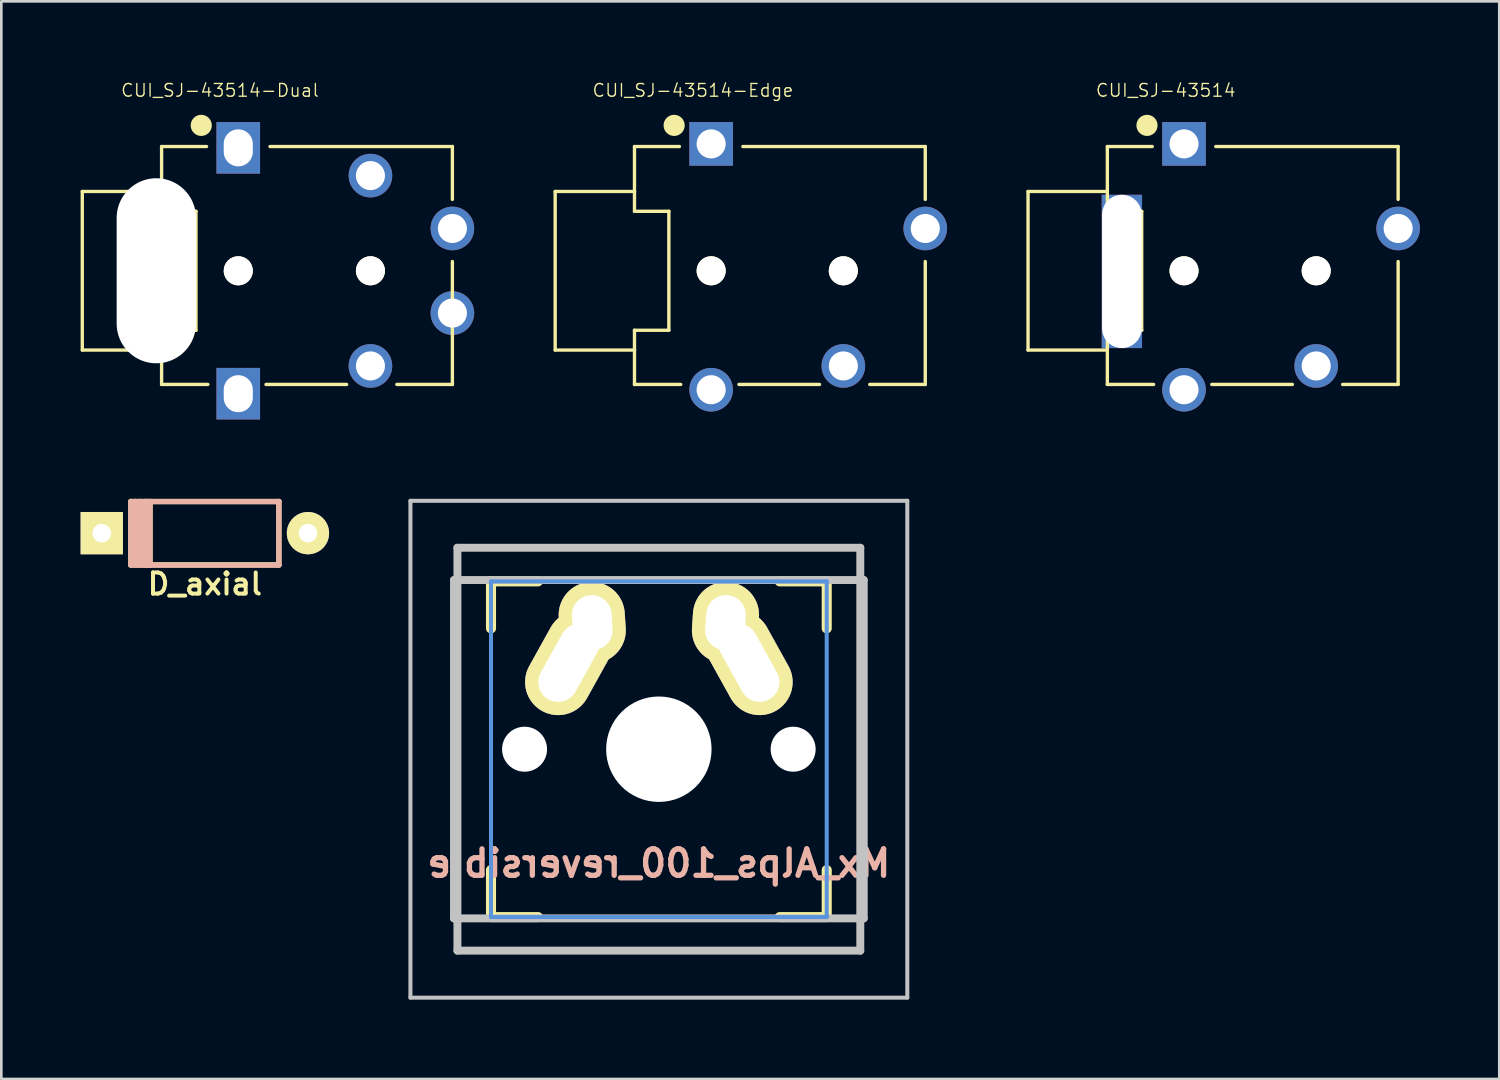
<source format=kicad_pcb>
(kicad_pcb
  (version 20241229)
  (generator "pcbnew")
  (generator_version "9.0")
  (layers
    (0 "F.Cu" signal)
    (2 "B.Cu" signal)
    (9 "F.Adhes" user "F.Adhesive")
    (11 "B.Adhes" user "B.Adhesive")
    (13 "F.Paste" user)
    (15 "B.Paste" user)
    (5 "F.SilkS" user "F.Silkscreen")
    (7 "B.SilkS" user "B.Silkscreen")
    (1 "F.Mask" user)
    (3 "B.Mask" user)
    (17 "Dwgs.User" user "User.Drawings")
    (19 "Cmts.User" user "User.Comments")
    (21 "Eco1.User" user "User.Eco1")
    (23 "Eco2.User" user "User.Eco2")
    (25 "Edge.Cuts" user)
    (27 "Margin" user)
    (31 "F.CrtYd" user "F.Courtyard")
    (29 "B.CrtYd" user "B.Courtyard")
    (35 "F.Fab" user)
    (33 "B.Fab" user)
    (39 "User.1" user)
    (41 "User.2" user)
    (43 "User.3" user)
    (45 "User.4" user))
  (footprint "CUI_SJ-43514-Dual"
    (layer "F.Cu")
    (at 8.563 7.193)
    (property "Reference" "CUI_SJ-43514-Dual" (at -3.29 -6.824 0) (layer "F.SilkS") (effects (font (size 0.481 0.481) (thickness 0.05))))
    (attr through_hole)
    (fp_line (start -8.5 -3) (end -5.5 -3) (stroke (width 0.127) (type solid)) (layer "F.SilkS"))
    (fp_line (start -8.5 3) (end -8.5 -3) (stroke (width 0.127) (type solid)) (layer "F.SilkS"))
    (fp_line (start -5.5 -4.7) (end -5.5 -3) (stroke (width 0.127) (type solid)) (layer "F.SilkS"))
    (fp_line (start -5.5 -3) (end -5.5 -2.25) (stroke (width 0.127) (type solid)) (layer "F.SilkS"))
    (fp_line (start -5.5 -2.25) (end -4.2 -2.25) (stroke (width 0.127) (type solid)) (layer "F.SilkS"))
    (fp_line (start -5.5 2.25) (end -5.5 3) (stroke (width 0.127) (type solid)) (layer "F.SilkS"))
    (fp_line (start -5.5 3) (end -8.5 3) (stroke (width 0.127) (type solid)) (layer "F.SilkS"))
    (fp_line (start -5.5 3) (end -5.5 4.3) (stroke (width 0.127) (type solid)) (layer "F.SilkS"))
    (fp_line (start -5.5 4.3) (end -3.75 4.3) (stroke (width 0.127) (type solid)) (layer "F.SilkS"))
    (fp_line (start -4.2 -2.25) (end -4.2 2.25) (stroke (width 0.127) (type solid)) (layer "F.SilkS"))
    (fp_line (start -4.2 2.25) (end -5.5 2.25) (stroke (width 0.127) (type solid)) (layer "F.SilkS"))
    (fp_line (start -3.8 -4.7) (end -5.5 -4.7) (stroke (width 0.127) (type solid)) (layer "F.SilkS"))
    (fp_line (start -1.4 -4.7) (end 5.5 -4.7) (stroke (width 0.127) (type solid)) (layer "F.SilkS"))
    (fp_line (start 1.5 4.3) (end -1.55 4.3) (stroke (width 0.127) (type solid)) (layer "F.SilkS"))
    (fp_line (start 5.5 -4.7) (end 5.5 -2.7) (stroke (width 0.127) (type solid)) (layer "F.SilkS"))
    (fp_line (start 5.5 -0.35) (end 5.5 4.3) (stroke (width 0.127) (type solid)) (layer "F.SilkS"))
    (fp_line (start 5.5 4.3) (end 3.4 4.3) (stroke (width 0.127) (type solid)) (layer "F.SilkS"))
    (fp_circle (center -4 -5.5) (end -3.8 -5.5) (stroke (width 0.4) (type solid)) (fill no) (layer "F.SilkS"))
    (pad "" np_thru_hole oval (at -5.7 0) (size 3 7) (drill oval 3 7) (layers "*.Cu" "*.Mask"))
    (pad "" np_thru_hole circle (at -2.6 0) (size 1.1 1.1) (drill 1.1) (layers "*.Cu" "*.Mask" "F.SilkS"))
    (pad "" np_thru_hole circle (at 2.4 0) (size 1.1 1.1) (drill 1.1) (layers "*.Cu" "*.Mask" "F.SilkS"))
    (pad "R1" thru_hole circle (at 5.5 -1.6) (size 1.65 1.65) (drill 1.1) (layers "*.Cu" "*.Mask"))
    (pad "R1alt" thru_hole circle (at 5.5 1.6) (size 1.65 1.65) (drill 1.1) (layers "*.Cu" "*.Mask"))
    (pad "R2" thru_hole rect (at -2.6 4.65) (size 1.65 1.95) (drill oval 1.1 1.4) (layers "*.Cu" "*.Mask"))
    (pad "S" thru_hole rect (at -2.6 -4.65) (size 1.65 1.95) (drill oval 1.1 1.4) (layers "*.Cu" "*.Mask"))
    (pad "T" thru_hole circle (at 2.4 3.6) (size 1.65 1.65) (drill 1.1) (layers "*.Cu" "*.Mask"))
    (pad "Talt" thru_hole circle (at 2.4 -3.6) (size 1.65 1.65) (drill 1.1) (layers "*.Cu" "*.Mask")))
  (footprint "CUI_SJ-43514"
    (layer "F.Cu")
    (at 44.34 7.193)
    (property "Reference" "CUI_SJ-43514" (at -3.29 -6.824 0) (layer "F.SilkS") (effects (font (size 0.481 0.481) (thickness 0.05))))
    (attr through_hole)
    (fp_line (start -8.5 -3) (end -5.5 -3) (stroke (width 0.127) (type solid)) (layer "F.SilkS"))
    (fp_line (start -8.5 3) (end -8.5 -3) (stroke (width 0.127) (type solid)) (layer "F.SilkS"))
    (fp_line (start -5.5 -4.7) (end -5.5 -3) (stroke (width 0.127) (type solid)) (layer "F.SilkS"))
    (fp_line (start -5.5 -3) (end -5.5 -2.25) (stroke (width 0.127) (type solid)) (layer "F.SilkS"))
    (fp_line (start -5.5 -2.25) (end -4.2 -2.25) (stroke (width 0.127) (type solid)) (layer "F.SilkS"))
    (fp_line (start -5.5 2.25) (end -5.5 3) (stroke (width 0.127) (type solid)) (layer "F.SilkS"))
    (fp_line (start -5.5 3) (end -8.5 3) (stroke (width 0.127) (type solid)) (layer "F.SilkS"))
    (fp_line (start -5.5 3) (end -5.5 4.3) (stroke (width 0.127) (type solid)) (layer "F.SilkS"))
    (fp_line (start -5.5 4.3) (end -3.75 4.3) (stroke (width 0.127) (type solid)) (layer "F.SilkS"))
    (fp_line (start -4.2 -2.25) (end -4.2 2.25) (stroke (width 0.127) (type solid)) (layer "F.SilkS"))
    (fp_line (start -4.2 2.25) (end -5.5 2.25) (stroke (width 0.127) (type solid)) (layer "F.SilkS"))
    (fp_line (start -3.8 -4.7) (end -5.5 -4.7) (stroke (width 0.127) (type solid)) (layer "F.SilkS"))
    (fp_line (start -1.4 -4.7) (end 5.5 -4.7) (stroke (width 0.127) (type solid)) (layer "F.SilkS"))
    (fp_line (start 1.5 4.3) (end -1.55 4.3) (stroke (width 0.127) (type solid)) (layer "F.SilkS"))
    (fp_line (start 5.5 -4.7) (end 5.5 -2.7) (stroke (width 0.127) (type solid)) (layer "F.SilkS"))
    (fp_line (start 5.5 -0.35) (end 5.5 4.3) (stroke (width 0.127) (type solid)) (layer "F.SilkS"))
    (fp_line (start 5.5 4.3) (end 3.4 4.3) (stroke (width 0.127) (type solid)) (layer "F.SilkS"))
    (fp_circle (center -4 -5.5) (end -3.8 -5.5) (stroke (width 0.4) (type solid)) (fill no) (layer "F.SilkS"))
    (pad "" np_thru_hole rect (at -4.95 0.025) (size 1.524 5.8) (drill oval 1.5 5.8) (layers "*.Cu" "*.Mask"))
    (pad "" np_thru_hole circle (at -2.6 0) (size 1.1 1.1) (drill 1.1) (layers "*.Cu" "*.Mask" "F.SilkS"))
    (pad "" np_thru_hole circle (at 2.4 0) (size 1.1 1.1) (drill 1.1) (layers "*.Cu" "*.Mask" "F.SilkS"))
    (pad "R1" thru_hole circle (at 5.5 -1.6) (size 1.65 1.65) (drill 1.1) (layers "*.Cu" "*.Mask"))
    (pad "R2" thru_hole circle (at -2.6 4.5) (size 1.65 1.65) (drill 1.1) (layers "*.Cu" "*.Mask"))
    (pad "S" thru_hole rect (at -2.6 -4.8) (size 1.65 1.65) (drill 1.1) (layers "*.Cu" "*.Mask"))
    (pad "T" thru_hole circle (at 2.4 3.6) (size 1.65 1.65) (drill 1.1) (layers "*.Cu" "*.Mask")))
  (footprint "D_axial"
    (layer "F.Cu")
    (at 4.7 17.118)
    (property "Reference" "D_axial" (at 0 1.925 0) (layer "F.SilkS") (effects (font (size 0.8 0.8) (thickness 0.15))))
    (attr through_hole)
    (fp_line (start -2.8 -1.2) (end -2.8 1.2) (stroke (width 0.2) (type solid)) (layer "F.SilkS"))
    (fp_line (start -2.8 -1.2) (end 2.8 -1.2) (stroke (width 0.2) (type solid)) (layer "F.SilkS"))
    (fp_line (start -2.625 -1.2) (end -2.625 1.2) (stroke (width 0.2) (type solid)) (layer "F.SilkS"))
    (fp_line (start -2.45 -1.2) (end -2.45 1.2) (stroke (width 0.2) (type solid)) (layer "F.SilkS"))
    (fp_line (start -2.275 -1.2) (end -2.275 1.2) (stroke (width 0.2) (type solid)) (layer "F.SilkS"))
    (fp_line (start -2.175 -1.2) (end -2.175 1.2) (stroke (width 0.2) (type solid)) (layer "F.SilkS"))
    (fp_line (start -2.075 -1.2) (end -2.075 1.2) (stroke (width 0.2) (type solid)) (layer "F.SilkS"))
    (fp_line (start 2.8 -1.2) (end 2.8 1.2) (stroke (width 0.2) (type solid)) (layer "F.SilkS"))
    (fp_line (start 2.8 1.2) (end -2.8 1.2) (stroke (width 0.2) (type solid)) (layer "F.SilkS"))
    (fp_line (start -2.8 1.211) (end -2.8 -1.189) (stroke (width 0.2) (type solid)) (layer "B.SilkS"))
    (fp_line (start -2.8 1.211) (end 2.8 1.211) (stroke (width 0.2) (type solid)) (layer "B.SilkS"))
    (fp_line (start -2.625 1.211) (end -2.625 -1.189) (stroke (width 0.2) (type solid)) (layer "B.SilkS"))
    (fp_line (start -2.45 1.211) (end -2.45 -1.189) (stroke (width 0.2) (type solid)) (layer "B.SilkS"))
    (fp_line (start -2.275 1.211) (end -2.275 -1.189) (stroke (width 0.2) (type solid)) (layer "B.SilkS"))
    (fp_line (start -2.175 1.211) (end -2.175 -1.189) (stroke (width 0.2) (type solid)) (layer "B.SilkS"))
    (fp_line (start -2.075 1.211) (end -2.075 -1.189) (stroke (width 0.2) (type solid)) (layer "B.SilkS"))
    (fp_line (start 2.8 -1.189) (end -2.8 -1.189) (stroke (width 0.2) (type solid)) (layer "B.SilkS"))
    (fp_line (start 2.8 1.211) (end 2.8 -1.189) (stroke (width 0.2) (type solid)) (layer "B.SilkS"))
    (pad "1" thru_hole rect (at -3.9 0) (size 1.6 1.6) (drill 0.7) (layers "*.Cu" "*.Mask" "F.SilkS"))
    (pad "2" thru_hole circle (at 3.9 0) (size 1.6 1.6) (drill 0.7) (layers "*.Cu" "*.Mask" "F.SilkS")))
  (footprint "Mx_Alps_100_reversible"
    (layer "F.Cu")
    (at 21.874 25.292)
    (property "Reference" "Mx_Alps_100_reversible" (at 0 4.318 0) (layer "B.SilkS") (effects (font (size 1 1) (thickness 0.2)) (justify mirror)))
    (attr through_hole)
    (fp_line (start -6.35 -6.35) (end -4.572 -6.35) (stroke (width 0.381) (type solid)) (layer "F.SilkS"))
    (fp_line (start -6.35 -4.572) (end -6.35 -6.35) (stroke (width 0.381) (type solid)) (layer "F.SilkS"))
    (fp_line (start -6.35 6.35) (end -6.35 4.572) (stroke (width 0.381) (type solid)) (layer "F.SilkS"))
    (fp_line (start -4.572 6.35) (end -6.35 6.35) (stroke (width 0.381) (type solid)) (layer "F.SilkS"))
    (fp_line (start 4.572 -6.35) (end 6.35 -6.35) (stroke (width 0.381) (type solid)) (layer "F.SilkS"))
    (fp_line (start 6.35 -6.35) (end 6.35 -4.572) (stroke (width 0.381) (type solid)) (layer "F.SilkS"))
    (fp_line (start 6.35 4.572) (end 6.35 6.35) (stroke (width 0.381) (type solid)) (layer "F.SilkS"))
    (fp_line (start 6.35 6.35) (end 4.572 6.35) (stroke (width 0.381) (type solid)) (layer "F.SilkS"))
    (fp_line (start -9.398 -9.398) (end 9.398 -9.398) (stroke (width 0.152) (type solid)) (layer "Dwgs.User"))
    (fp_line (start -9.398 9.398) (end -9.398 -9.398) (stroke (width 0.152) (type solid)) (layer "Dwgs.User"))
    (fp_line (start -7.75 6.4) (end -7.75 -6.4) (stroke (width 0.3) (type solid)) (layer "Dwgs.User"))
    (fp_line (start -7.75 6.4) (end 7.75 6.4) (stroke (width 0.3) (type solid)) (layer "Dwgs.User"))
    (fp_line (start -7.62 -7.62) (end 7.62 -7.62) (stroke (width 0.3) (type solid)) (layer "Dwgs.User"))
    (fp_line (start -7.62 7.62) (end -7.62 -7.62) (stroke (width 0.3) (type solid)) (layer "Dwgs.User"))
    (fp_line (start 7.62 -7.62) (end 7.62 7.62) (stroke (width 0.3) (type solid)) (layer "Dwgs.User"))
    (fp_line (start 7.62 7.62) (end -7.62 7.62) (stroke (width 0.3) (type solid)) (layer "Dwgs.User"))
    (fp_line (start 7.75 -6.4) (end -7.75 -6.4) (stroke (width 0.3) (type solid)) (layer "Dwgs.User"))
    (fp_line (start 7.75 6.4) (end 7.75 -6.4) (stroke (width 0.3) (type solid)) (layer "Dwgs.User"))
    (fp_line (start 9.398 -9.398) (end 9.398 9.398) (stroke (width 0.152) (type solid)) (layer "Dwgs.User"))
    (fp_line (start 9.398 9.398) (end -9.398 9.398) (stroke (width 0.152) (type solid)) (layer "Dwgs.User"))
    (fp_line (start -6.35 -6.35) (end 6.35 -6.35) (stroke (width 0.152) (type solid)) (layer "Cmts.User"))
    (fp_line (start -6.35 6.35) (end -6.35 -6.35) (stroke (width 0.152) (type solid)) (layer "Cmts.User"))
    (fp_line (start 6.35 -6.35) (end 6.35 6.35) (stroke (width 0.152) (type solid)) (layer "Cmts.User"))
    (fp_line (start 6.35 6.35) (end -6.35 6.35) (stroke (width 0.152) (type solid)) (layer "Cmts.User"))
    (fp_line (start -6.985 -6.985) (end 6.985 -6.985) (stroke (width 0.152) (type solid)) (layer "Eco2.User"))
    (fp_line (start -6.985 6.985) (end -6.985 -6.985) (stroke (width 0.152) (type solid)) (layer "Eco2.User"))
    (fp_line (start 6.985 -6.985) (end 6.985 6.985) (stroke (width 0.152) (type solid)) (layer "Eco2.User"))
    (fp_line (start 6.985 6.985) (end -6.985 6.985) (stroke (width 0.152) (type solid)) (layer "Eco2.User"))
    (pad "" np_thru_hole circle (at -5.08 0) (size 1.702 1.702) (drill 1.702) (layers "*.Cu"))
    (pad "" np_thru_hole circle (at 0 0) (size 3.988 3.988) (drill 3.988) (layers "*.Cu"))
    (pad "" np_thru_hole circle (at 5.08 0) (size 1.702 1.702) (drill 1.702) (layers "*.Cu"))
    (pad "1" thru_hole oval (at -3.405 -3.27 330.95) (size 2.5 4.17) (drill oval 1.5 3.17) (layers "*.Cu" "*.Mask" "F.SilkS"))
    (pad "1" thru_hole oval (at -2.52 -4.79 3.9) (size 2.5 3.08) (drill oval 1.5 2.08) (layers "*.Cu" "*.Mask" "F.SilkS"))
    (pad "2" thru_hole oval (at 2.52 -4.79 356.1) (size 2.5 3.08) (drill oval 1.5 2.08) (layers "*.Cu" "*.Mask" "F.SilkS"))
    (pad "2" thru_hole oval (at 3.405 -3.27 29.05) (size 2.5 4.17) (drill oval 1.5 3.17) (layers "*.Cu" "*.Mask" "F.SilkS")))
  (footprint "CUI_SJ-43514-Edge"
    (layer "F.Cu")
    (at 26.452 7.193)
    (property "Reference" "CUI_SJ-43514-Edge" (at -3.29 -6.824 0) (layer "F.SilkS") (effects (font (size 0.481 0.481) (thickness 0.05))))
    (attr through_hole)
    (fp_line (start -8.5 -3) (end -5.5 -3) (stroke (width 0.127) (type solid)) (layer "F.SilkS"))
    (fp_line (start -8.5 3) (end -8.5 -3) (stroke (width 0.127) (type solid)) (layer "F.SilkS"))
    (fp_line (start -5.5 -4.7) (end -5.5 -3) (stroke (width 0.127) (type solid)) (layer "F.SilkS"))
    (fp_line (start -5.5 -3) (end -5.5 -2.25) (stroke (width 0.127) (type solid)) (layer "F.SilkS"))
    (fp_line (start -5.5 -2.25) (end -4.2 -2.25) (stroke (width 0.127) (type solid)) (layer "F.SilkS"))
    (fp_line (start -5.5 2.25) (end -5.5 3) (stroke (width 0.127) (type solid)) (layer "F.SilkS"))
    (fp_line (start -5.5 3) (end -8.5 3) (stroke (width 0.127) (type solid)) (layer "F.SilkS"))
    (fp_line (start -5.5 3) (end -5.5 4.3) (stroke (width 0.127) (type solid)) (layer "F.SilkS"))
    (fp_line (start -5.5 4.3) (end -3.75 4.3) (stroke (width 0.127) (type solid)) (layer "F.SilkS"))
    (fp_line (start -4.2 -2.25) (end -4.2 2.25) (stroke (width 0.127) (type solid)) (layer "F.SilkS"))
    (fp_line (start -4.2 2.25) (end -5.5 2.25) (stroke (width 0.127) (type solid)) (layer "F.SilkS"))
    (fp_line (start -3.8 -4.7) (end -5.5 -4.7) (stroke (width 0.127) (type solid)) (layer "F.SilkS"))
    (fp_line (start -1.4 -4.7) (end 5.5 -4.7) (stroke (width 0.127) (type solid)) (layer "F.SilkS"))
    (fp_line (start 1.5 4.3) (end -1.55 4.3) (stroke (width 0.127) (type solid)) (layer "F.SilkS"))
    (fp_line (start 5.5 -4.7) (end 5.5 -2.7) (stroke (width 0.127) (type solid)) (layer "F.SilkS"))
    (fp_line (start 5.5 -0.35) (end 5.5 4.3) (stroke (width 0.127) (type solid)) (layer "F.SilkS"))
    (fp_line (start 5.5 4.3) (end 3.4 4.3) (stroke (width 0.127) (type solid)) (layer "F.SilkS"))
    (fp_circle (center -4 -5.5) (end -3.8 -5.5) (stroke (width 0.4) (type solid)) (fill no) (layer "F.SilkS"))
    (fp_line (start -5.5 -4.95) (end -5.5 -2.25) (stroke (width 0.0001) (type solid)) (layer "Edge.Cuts"))
    (fp_line (start -5.5 -2.25) (end -4.2 -2.25) (stroke (width 0.0001) (type solid)) (layer "Edge.Cuts"))
    (fp_line (start -5.5 2.25) (end -5.5 4.5) (stroke (width 0.0001) (type solid)) (layer "Edge.Cuts"))
    (fp_line (start -4.2 -2.25) (end -4.2 2.25) (stroke (width 0.0001) (type solid)) (layer "Edge.Cuts"))
    (fp_line (start -4.2 2.25) (end -5.5 2.25) (stroke (width 0.0001) (type solid)) (layer "Edge.Cuts"))
    (pad "" np_thru_hole circle (at -2.6 0) (size 1.1 1.1) (drill 1.1) (layers "*.Cu" "*.Mask" "F.SilkS"))
    (pad "" np_thru_hole circle (at 2.4 0) (size 1.1 1.1) (drill 1.1) (layers "*.Cu" "*.Mask" "F.SilkS"))
    (pad "R1" thru_hole circle (at 5.5 -1.6) (size 1.65 1.65) (drill 1.1) (layers "*.Cu" "*.Mask"))
    (pad "R2" thru_hole circle (at -2.6 4.5) (size 1.65 1.65) (drill 1.1) (layers "*.Cu" "*.Mask"))
    (pad "S" thru_hole rect (at -2.6 -4.8) (size 1.65 1.65) (drill 1.1) (layers "*.Cu" "*.Mask"))
    (pad "T" thru_hole circle (at 2.4 3.6) (size 1.65 1.65) (drill 1.1) (layers "*.Cu" "*.Mask")))
  (gr_rect
    (start -3 -3)
    (end 53.666 37.766)
    (stroke (width 0.1) (type default))
    (fill no)
    (layer "Edge.Cuts")))
</source>
